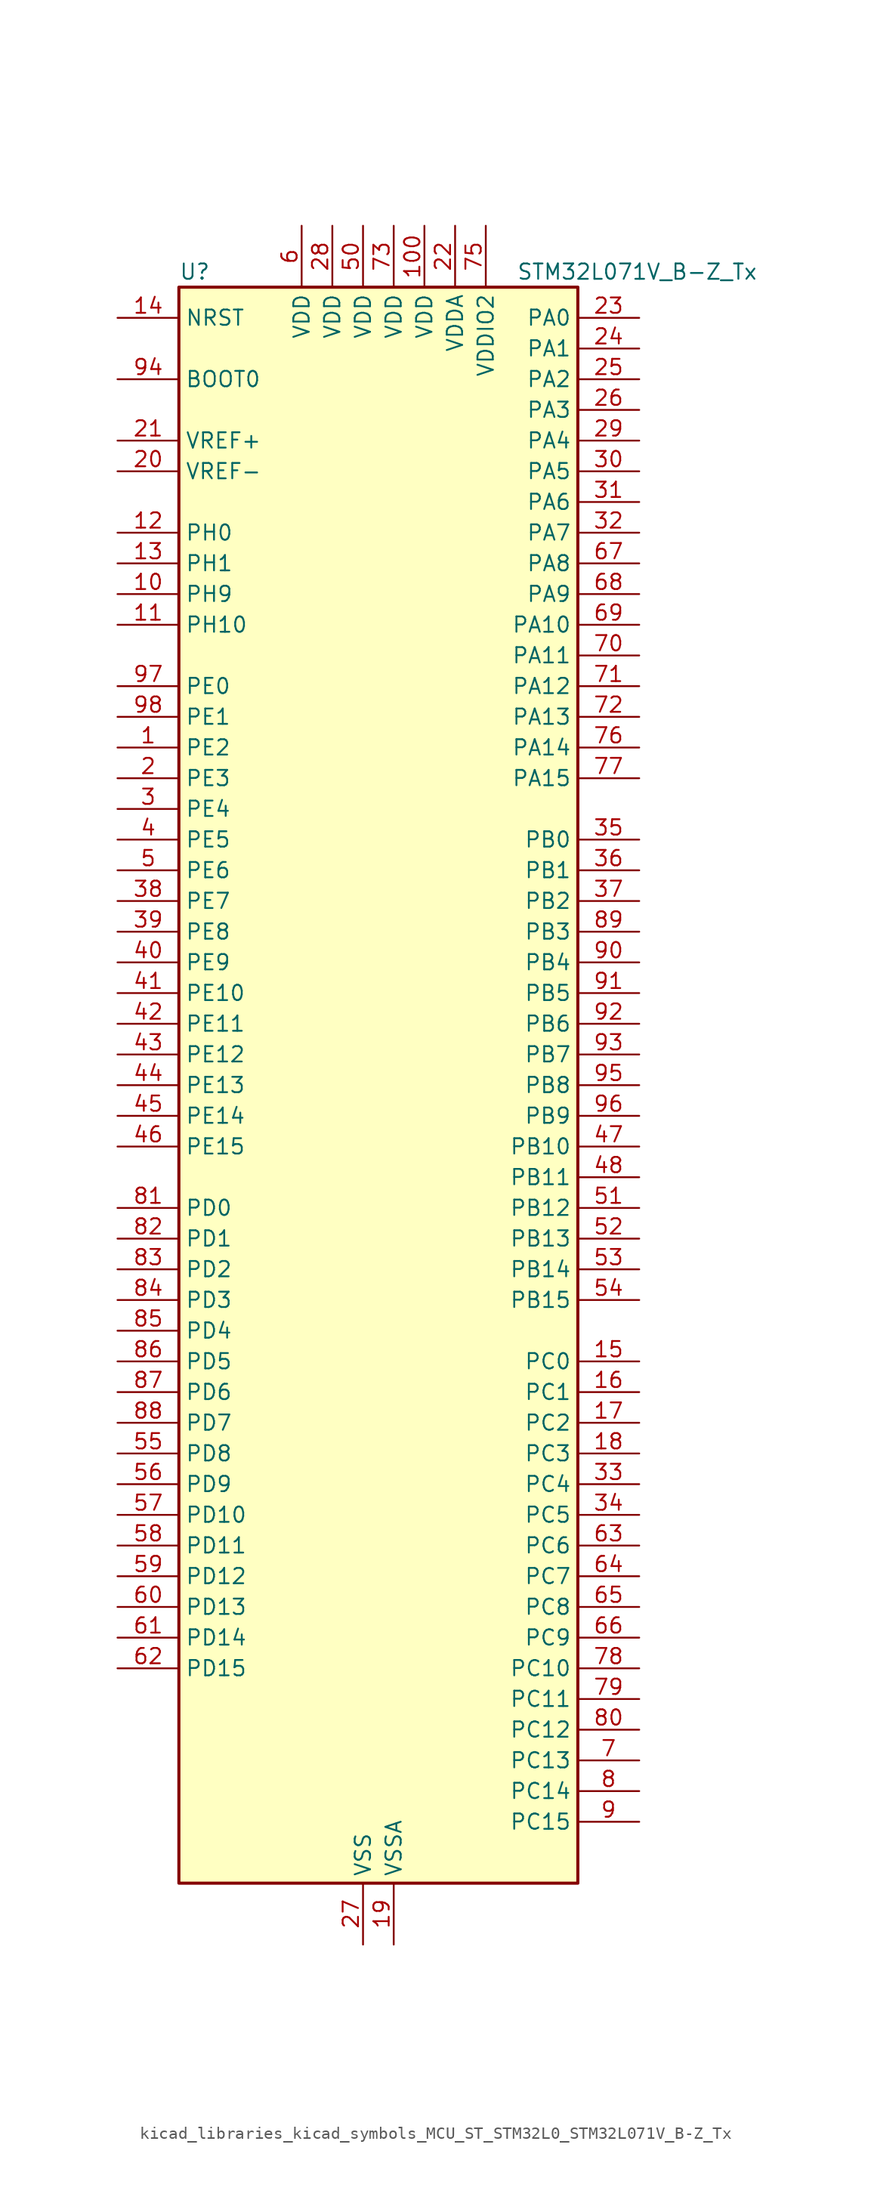
<source format=kicad_sym>
(kicad_symbol_lib
  (version 20220914)
  (generator kicad_symbol_editor)
  (symbol "kicad_libraries_kicad_symbols_MCU_ST_STM32L0_STM32L071V_B-Z_Tx"
    (property "Reference" "U"
      (at -15.24 67.31 0)
      (effects (font (size 1.27 1.27)) (justify left)))
    (property "Value" "STM32L071V_B-Z_Tx"
      (at 12.7 67.31 0)
      (effects (font (size 1.27 1.27)) (justify left)))
    (property "ki_locked" ""
      (at 0 0 0)
      (effects (font (size 1.27 1.27))))
    (symbol "kicad_libraries_kicad_symbols_MCU_ST_STM32L0_STM32L071V_B-Z_Tx_0_1"
      (rectangle (start -15.24 -66.04) (end 17.78 66.04) (stroke (width 0.254) (type default)) (fill (type background))))
    (symbol "kicad_libraries_kicad_symbols_MCU_ST_STM32L0_STM32L071V_B-Z_Tx_1_1"
      (pin bidirectional line (at -20.32 27.94 0) (length 5.08) (name "PE2" (effects (font (size 1.27 1.27)))) (number "1" (effects (font (size 1.27 1.27)))) (alternate "TIM3_ETR" bidirectional line))
      (pin bidirectional line (at -20.32 40.64 0) (length 5.08) (name "PH9" (effects (font (size 1.27 1.27)))) (number "10" (effects (font (size 1.27 1.27)))))
      (pin power_in line (at 5.08 71.12 270) (length 5.08) (name "VDD" (effects (font (size 1.27 1.27)))) (number "100" (effects (font (size 1.27 1.27)))))
      (pin bidirectional line (at -20.32 38.1 0) (length 5.08) (name "PH10" (effects (font (size 1.27 1.27)))) (number "11" (effects (font (size 1.27 1.27)))))
      (pin bidirectional line (at -20.32 45.72 0) (length 5.08) (name "PH0" (effects (font (size 1.27 1.27)))) (number "12" (effects (font (size 1.27 1.27)))) (alternate "RCC_OSC_IN" bidirectional line))
      (pin bidirectional line (at -20.32 43.18 0) (length 5.08) (name "PH1" (effects (font (size 1.27 1.27)))) (number "13" (effects (font (size 1.27 1.27)))) (alternate "RCC_OSC_OUT" bidirectional line))
      (pin input line (at -20.32 63.5 0) (length 5.08) (name "NRST" (effects (font (size 1.27 1.27)))) (number "14" (effects (font (size 1.27 1.27)))))
      (pin bidirectional line (at 22.86 -22.86 180) (length 5.08) (name "PC0" (effects (font (size 1.27 1.27)))) (number "15" (effects (font (size 1.27 1.27)))) (alternate "ADC_IN10" bidirectional line) (alternate "I2C3_SCL" bidirectional line) (alternate "LPTIM1_IN1" bidirectional line) (alternate "LPUART1_RX" bidirectional line))
      (pin bidirectional line (at 22.86 -25.4 180) (length 5.08) (name "PC1" (effects (font (size 1.27 1.27)))) (number "16" (effects (font (size 1.27 1.27)))) (alternate "ADC_IN11" bidirectional line) (alternate "I2C3_SDA" bidirectional line) (alternate "LPTIM1_OUT" bidirectional line) (alternate "LPUART1_TX" bidirectional line))
      (pin bidirectional line (at 22.86 -27.94 180) (length 5.08) (name "PC2" (effects (font (size 1.27 1.27)))) (number "17" (effects (font (size 1.27 1.27)))) (alternate "ADC_IN12" bidirectional line) (alternate "I2S2_MCK" bidirectional line) (alternate "LPTIM1_IN2" bidirectional line) (alternate "SPI2_MISO" bidirectional line))
      (pin bidirectional line (at 22.86 -30.48 180) (length 5.08) (name "PC3" (effects (font (size 1.27 1.27)))) (number "18" (effects (font (size 1.27 1.27)))) (alternate "ADC_IN13" bidirectional line) (alternate "I2S2_SD" bidirectional line) (alternate "LPTIM1_ETR" bidirectional line) (alternate "SPI2_MOSI" bidirectional line))
      (pin power_in line (at 2.54 -71.12 90) (length 5.08) (name "VSSA" (effects (font (size 1.27 1.27)))) (number "19" (effects (font (size 1.27 1.27)))))
      (pin bidirectional line (at -20.32 25.4 0) (length 5.08) (name "PE3" (effects (font (size 1.27 1.27)))) (number "2" (effects (font (size 1.27 1.27)))) (alternate "TIM22_CH1" bidirectional line) (alternate "TIM3_CH1" bidirectional line))
      (pin input line (at -20.32 50.8 0) (length 5.08) (name "VREF-" (effects (font (size 1.27 1.27)))) (number "20" (effects (font (size 1.27 1.27)))))
      (pin input line (at -20.32 53.34 0) (length 5.08) (name "VREF+" (effects (font (size 1.27 1.27)))) (number "21" (effects (font (size 1.27 1.27)))))
      (pin power_in line (at 7.62 71.12 270) (length 5.08) (name "VDDA" (effects (font (size 1.27 1.27)))) (number "22" (effects (font (size 1.27 1.27)))))
      (pin bidirectional line (at 22.86 63.5 180) (length 5.08) (name "PA0" (effects (font (size 1.27 1.27)))) (number "23" (effects (font (size 1.27 1.27)))) (alternate "ADC_IN0" bidirectional line) (alternate "COMP1_INM" bidirectional line) (alternate "COMP1_OUT" bidirectional line) (alternate "RTC_TAMP2" bidirectional line) (alternate "SYS_WKUP1" bidirectional line) (alternate "TIM2_CH1" bidirectional line) (alternate "TIM2_ETR" bidirectional line) (alternate "USART2_CTS" bidirectional line) (alternate "USART4_TX" bidirectional line))
      (pin bidirectional line (at 22.86 60.96 180) (length 5.08) (name "PA1" (effects (font (size 1.27 1.27)))) (number "24" (effects (font (size 1.27 1.27)))) (alternate "ADC_IN1" bidirectional line) (alternate "COMP1_INP" bidirectional line) (alternate "TIM21_ETR" bidirectional line) (alternate "TIM2_CH2" bidirectional line) (alternate "USART2_DE" bidirectional line) (alternate "USART2_RTS" bidirectional line) (alternate "USART4_RX" bidirectional line))
      (pin bidirectional line (at 22.86 58.42 180) (length 5.08) (name "PA2" (effects (font (size 1.27 1.27)))) (number "25" (effects (font (size 1.27 1.27)))) (alternate "ADC_IN2" bidirectional line) (alternate "COMP2_INM" bidirectional line) (alternate "COMP2_OUT" bidirectional line) (alternate "LPUART1_TX" bidirectional line) (alternate "TIM21_CH1" bidirectional line) (alternate "TIM2_CH3" bidirectional line) (alternate "USART2_TX" bidirectional line))
      (pin bidirectional line (at 22.86 55.88 180) (length 5.08) (name "PA3" (effects (font (size 1.27 1.27)))) (number "26" (effects (font (size 1.27 1.27)))) (alternate "ADC_IN3" bidirectional line) (alternate "COMP2_INP" bidirectional line) (alternate "LPUART1_RX" bidirectional line) (alternate "TIM21_CH2" bidirectional line) (alternate "TIM2_CH4" bidirectional line) (alternate "USART2_RX" bidirectional line))
      (pin power_in line (at 0 -71.12 90) (length 5.08) (name "VSS" (effects (font (size 1.27 1.27)))) (number "27" (effects (font (size 1.27 1.27)))))
      (pin power_in line (at -2.54 71.12 270) (length 5.08) (name "VDD" (effects (font (size 1.27 1.27)))) (number "28" (effects (font (size 1.27 1.27)))))
      (pin bidirectional line (at 22.86 53.34 180) (length 5.08) (name "PA4" (effects (font (size 1.27 1.27)))) (number "29" (effects (font (size 1.27 1.27)))) (alternate "ADC_IN4" bidirectional line) (alternate "COMP1_INM" bidirectional line) (alternate "COMP2_INM" bidirectional line) (alternate "SPI1_NSS" bidirectional line) (alternate "TIM22_ETR" bidirectional line) (alternate "USART2_CK" bidirectional line))
      (pin bidirectional line (at -20.32 22.86 0) (length 5.08) (name "PE4" (effects (font (size 1.27 1.27)))) (number "3" (effects (font (size 1.27 1.27)))) (alternate "TIM22_CH2" bidirectional line) (alternate "TIM3_CH2" bidirectional line))
      (pin bidirectional line (at 22.86 50.8 180) (length 5.08) (name "PA5" (effects (font (size 1.27 1.27)))) (number "30" (effects (font (size 1.27 1.27)))) (alternate "ADC_IN5" bidirectional line) (alternate "COMP1_INM" bidirectional line) (alternate "COMP2_INM" bidirectional line) (alternate "SPI1_SCK" bidirectional line) (alternate "TIM2_CH1" bidirectional line) (alternate "TIM2_ETR" bidirectional line))
      (pin bidirectional line (at 22.86 48.26 180) (length 5.08) (name "PA6" (effects (font (size 1.27 1.27)))) (number "31" (effects (font (size 1.27 1.27)))) (alternate "ADC_IN6" bidirectional line) (alternate "COMP1_OUT" bidirectional line) (alternate "LPUART1_CTS" bidirectional line) (alternate "SPI1_MISO" bidirectional line) (alternate "TIM22_CH1" bidirectional line) (alternate "TIM3_CH1" bidirectional line))
      (pin bidirectional line (at 22.86 45.72 180) (length 5.08) (name "PA7" (effects (font (size 1.27 1.27)))) (number "32" (effects (font (size 1.27 1.27)))) (alternate "ADC_IN7" bidirectional line) (alternate "COMP2_OUT" bidirectional line) (alternate "SPI1_MOSI" bidirectional line) (alternate "TIM22_CH2" bidirectional line) (alternate "TIM3_CH2" bidirectional line))
      (pin bidirectional line (at 22.86 -33.02 180) (length 5.08) (name "PC4" (effects (font (size 1.27 1.27)))) (number "33" (effects (font (size 1.27 1.27)))) (alternate "ADC_IN14" bidirectional line) (alternate "LPUART1_TX" bidirectional line))
      (pin bidirectional line (at 22.86 -35.56 180) (length 5.08) (name "PC5" (effects (font (size 1.27 1.27)))) (number "34" (effects (font (size 1.27 1.27)))) (alternate "ADC_IN15" bidirectional line) (alternate "LPUART1_RX" bidirectional line))
      (pin bidirectional line (at 22.86 20.32 180) (length 5.08) (name "PB0" (effects (font (size 1.27 1.27)))) (number "35" (effects (font (size 1.27 1.27)))) (alternate "ADC_IN8" bidirectional line) (alternate "SYS_VREF_OUT_PB0" bidirectional line) (alternate "TIM3_CH3" bidirectional line))
      (pin bidirectional line (at 22.86 17.78 180) (length 5.08) (name "PB1" (effects (font (size 1.27 1.27)))) (number "36" (effects (font (size 1.27 1.27)))) (alternate "ADC_IN9" bidirectional line) (alternate "LPUART1_DE" bidirectional line) (alternate "LPUART1_RTS" bidirectional line) (alternate "SYS_VREF_OUT_PB1" bidirectional line) (alternate "TIM3_CH4" bidirectional line))
      (pin bidirectional line (at 22.86 15.24 180) (length 5.08) (name "PB2" (effects (font (size 1.27 1.27)))) (number "37" (effects (font (size 1.27 1.27)))) (alternate "I2C3_SMBA" bidirectional line) (alternate "LPTIM1_OUT" bidirectional line))
      (pin bidirectional line (at -20.32 15.24 0) (length 5.08) (name "PE7" (effects (font (size 1.27 1.27)))) (number "38" (effects (font (size 1.27 1.27)))) (alternate "USART5_CK" bidirectional line) (alternate "USART5_DE" bidirectional line) (alternate "USART5_RTS" bidirectional line))
      (pin bidirectional line (at -20.32 12.7 0) (length 5.08) (name "PE8" (effects (font (size 1.27 1.27)))) (number "39" (effects (font (size 1.27 1.27)))) (alternate "USART4_TX" bidirectional line))
      (pin bidirectional line (at -20.32 20.32 0) (length 5.08) (name "PE5" (effects (font (size 1.27 1.27)))) (number "4" (effects (font (size 1.27 1.27)))) (alternate "TIM21_CH1" bidirectional line) (alternate "TIM3_CH3" bidirectional line))
      (pin bidirectional line (at -20.32 10.16 0) (length 5.08) (name "PE9" (effects (font (size 1.27 1.27)))) (number "40" (effects (font (size 1.27 1.27)))) (alternate "TIM2_CH1" bidirectional line) (alternate "TIM2_ETR" bidirectional line) (alternate "USART4_RX" bidirectional line))
      (pin bidirectional line (at -20.32 7.62 0) (length 5.08) (name "PE10" (effects (font (size 1.27 1.27)))) (number "41" (effects (font (size 1.27 1.27)))) (alternate "TIM2_CH2" bidirectional line) (alternate "USART5_TX" bidirectional line))
      (pin bidirectional line (at -20.32 5.08 0) (length 5.08) (name "PE11" (effects (font (size 1.27 1.27)))) (number "42" (effects (font (size 1.27 1.27)))) (alternate "ADC_EXTI11" bidirectional line) (alternate "TIM2_CH3" bidirectional line) (alternate "USART5_RX" bidirectional line))
      (pin bidirectional line (at -20.32 2.54 0) (length 5.08) (name "PE12" (effects (font (size 1.27 1.27)))) (number "43" (effects (font (size 1.27 1.27)))) (alternate "SPI1_NSS" bidirectional line) (alternate "TIM2_CH4" bidirectional line))
      (pin bidirectional line (at -20.32 0 0) (length 5.08) (name "PE13" (effects (font (size 1.27 1.27)))) (number "44" (effects (font (size 1.27 1.27)))) (alternate "SPI1_SCK" bidirectional line))
      (pin bidirectional line (at -20.32 -2.54 0) (length 5.08) (name "PE14" (effects (font (size 1.27 1.27)))) (number "45" (effects (font (size 1.27 1.27)))) (alternate "SPI1_MISO" bidirectional line))
      (pin bidirectional line (at -20.32 -5.08 0) (length 5.08) (name "PE15" (effects (font (size 1.27 1.27)))) (number "46" (effects (font (size 1.27 1.27)))) (alternate "SPI1_MOSI" bidirectional line))
      (pin bidirectional line (at 22.86 -5.08 180) (length 5.08) (name "PB10" (effects (font (size 1.27 1.27)))) (number "47" (effects (font (size 1.27 1.27)))) (alternate "I2C2_SCL" bidirectional line) (alternate "LPUART1_RX" bidirectional line) (alternate "LPUART1_TX" bidirectional line) (alternate "SPI2_SCK" bidirectional line) (alternate "TIM2_CH3" bidirectional line))
      (pin bidirectional line (at 22.86 -7.62 180) (length 5.08) (name "PB11" (effects (font (size 1.27 1.27)))) (number "48" (effects (font (size 1.27 1.27)))) (alternate "ADC_EXTI11" bidirectional line) (alternate "I2C2_SDA" bidirectional line) (alternate "LPUART1_RX" bidirectional line) (alternate "LPUART1_TX" bidirectional line) (alternate "TIM2_CH4" bidirectional line))
      (pin passive line (at 0 -71.12 90) (length 5.08) hide (name "VSS" (effects (font (size 1.27 1.27)))) (number "49" (effects (font (size 1.27 1.27)))))
      (pin bidirectional line (at -20.32 17.78 0) (length 5.08) (name "PE6" (effects (font (size 1.27 1.27)))) (number "5" (effects (font (size 1.27 1.27)))) (alternate "RTC_TAMP3" bidirectional line) (alternate "SYS_WKUP3" bidirectional line) (alternate "TIM21_CH2" bidirectional line) (alternate "TIM3_CH4" bidirectional line))
      (pin power_in line (at 0 71.12 270) (length 5.08) (name "VDD" (effects (font (size 1.27 1.27)))) (number "50" (effects (font (size 1.27 1.27)))))
      (pin bidirectional line (at 22.86 -10.16 180) (length 5.08) (name "PB12" (effects (font (size 1.27 1.27)))) (number "51" (effects (font (size 1.27 1.27)))) (alternate "I2S2_WS" bidirectional line) (alternate "LPUART1_DE" bidirectional line) (alternate "LPUART1_RTS" bidirectional line) (alternate "SPI2_NSS" bidirectional line))
      (pin bidirectional line (at 22.86 -12.7 180) (length 5.08) (name "PB13" (effects (font (size 1.27 1.27)))) (number "52" (effects (font (size 1.27 1.27)))) (alternate "I2C2_SCL" bidirectional line) (alternate "I2S2_CK" bidirectional line) (alternate "LPUART1_CTS" bidirectional line) (alternate "RCC_MCO" bidirectional line) (alternate "SPI2_SCK" bidirectional line) (alternate "TIM21_CH1" bidirectional line))
      (pin bidirectional line (at 22.86 -15.24 180) (length 5.08) (name "PB14" (effects (font (size 1.27 1.27)))) (number "53" (effects (font (size 1.27 1.27)))) (alternate "I2C2_SDA" bidirectional line) (alternate "I2S2_MCK" bidirectional line) (alternate "LPUART1_DE" bidirectional line) (alternate "LPUART1_RTS" bidirectional line) (alternate "RTC_OUT_ALARM" bidirectional line) (alternate "RTC_OUT_CALIB" bidirectional line) (alternate "SPI2_MISO" bidirectional line) (alternate "TIM21_CH2" bidirectional line))
      (pin bidirectional line (at 22.86 -17.78 180) (length 5.08) (name "PB15" (effects (font (size 1.27 1.27)))) (number "54" (effects (font (size 1.27 1.27)))) (alternate "I2S2_SD" bidirectional line) (alternate "RTC_REFIN" bidirectional line) (alternate "SPI2_MOSI" bidirectional line))
      (pin bidirectional line (at -20.32 -30.48 0) (length 5.08) (name "PD8" (effects (font (size 1.27 1.27)))) (number "55" (effects (font (size 1.27 1.27)))) (alternate "LPUART1_TX" bidirectional line))
      (pin bidirectional line (at -20.32 -33.02 0) (length 5.08) (name "PD9" (effects (font (size 1.27 1.27)))) (number "56" (effects (font (size 1.27 1.27)))) (alternate "LPUART1_RX" bidirectional line))
      (pin bidirectional line (at -20.32 -35.56 0) (length 5.08) (name "PD10" (effects (font (size 1.27 1.27)))) (number "57" (effects (font (size 1.27 1.27)))))
      (pin bidirectional line (at -20.32 -38.1 0) (length 5.08) (name "PD11" (effects (font (size 1.27 1.27)))) (number "58" (effects (font (size 1.27 1.27)))) (alternate "ADC_EXTI11" bidirectional line) (alternate "LPUART1_CTS" bidirectional line))
      (pin bidirectional line (at -20.32 -40.64 0) (length 5.08) (name "PD12" (effects (font (size 1.27 1.27)))) (number "59" (effects (font (size 1.27 1.27)))) (alternate "LPUART1_DE" bidirectional line) (alternate "LPUART1_RTS" bidirectional line))
      (pin power_in line (at -5.08 71.12 270) (length 5.08) (name "VDD" (effects (font (size 1.27 1.27)))) (number "6" (effects (font (size 1.27 1.27)))))
      (pin bidirectional line (at -20.32 -43.18 0) (length 5.08) (name "PD13" (effects (font (size 1.27 1.27)))) (number "60" (effects (font (size 1.27 1.27)))))
      (pin bidirectional line (at -20.32 -45.72 0) (length 5.08) (name "PD14" (effects (font (size 1.27 1.27)))) (number "61" (effects (font (size 1.27 1.27)))))
      (pin bidirectional line (at -20.32 -48.26 0) (length 5.08) (name "PD15" (effects (font (size 1.27 1.27)))) (number "62" (effects (font (size 1.27 1.27)))))
      (pin bidirectional line (at 22.86 -38.1 180) (length 5.08) (name "PC6" (effects (font (size 1.27 1.27)))) (number "63" (effects (font (size 1.27 1.27)))) (alternate "TIM22_CH1" bidirectional line) (alternate "TIM3_CH1" bidirectional line))
      (pin bidirectional line (at 22.86 -40.64 180) (length 5.08) (name "PC7" (effects (font (size 1.27 1.27)))) (number "64" (effects (font (size 1.27 1.27)))) (alternate "TIM22_CH2" bidirectional line) (alternate "TIM3_CH2" bidirectional line))
      (pin bidirectional line (at 22.86 -43.18 180) (length 5.08) (name "PC8" (effects (font (size 1.27 1.27)))) (number "65" (effects (font (size 1.27 1.27)))) (alternate "TIM22_ETR" bidirectional line) (alternate "TIM3_CH3" bidirectional line))
      (pin bidirectional line (at 22.86 -45.72 180) (length 5.08) (name "PC9" (effects (font (size 1.27 1.27)))) (number "66" (effects (font (size 1.27 1.27)))) (alternate "I2C3_SDA" bidirectional line) (alternate "TIM21_ETR" bidirectional line) (alternate "TIM3_CH4" bidirectional line))
      (pin bidirectional line (at 22.86 43.18 180) (length 5.08) (name "PA8" (effects (font (size 1.27 1.27)))) (number "67" (effects (font (size 1.27 1.27)))) (alternate "I2C3_SCL" bidirectional line) (alternate "RCC_MCO" bidirectional line) (alternate "USART1_CK" bidirectional line))
      (pin bidirectional line (at 22.86 40.64 180) (length 5.08) (name "PA9" (effects (font (size 1.27 1.27)))) (number "68" (effects (font (size 1.27 1.27)))) (alternate "I2C1_SCL" bidirectional line) (alternate "I2C3_SMBA" bidirectional line) (alternate "RCC_MCO" bidirectional line) (alternate "USART1_TX" bidirectional line))
      (pin bidirectional line (at 22.86 38.1 180) (length 5.08) (name "PA10" (effects (font (size 1.27 1.27)))) (number "69" (effects (font (size 1.27 1.27)))) (alternate "I2C1_SDA" bidirectional line) (alternate "USART1_RX" bidirectional line))
      (pin bidirectional line (at 22.86 -55.88 180) (length 5.08) (name "PC13" (effects (font (size 1.27 1.27)))) (number "7" (effects (font (size 1.27 1.27)))) (alternate "RTC_OUT_ALARM" bidirectional line) (alternate "RTC_OUT_CALIB" bidirectional line) (alternate "RTC_TAMP1" bidirectional line) (alternate "RTC_TS" bidirectional line) (alternate "SYS_WKUP2" bidirectional line))
      (pin bidirectional line (at 22.86 35.56 180) (length 5.08) (name "PA11" (effects (font (size 1.27 1.27)))) (number "70" (effects (font (size 1.27 1.27)))) (alternate "ADC_EXTI11" bidirectional line) (alternate "COMP1_OUT" bidirectional line) (alternate "SPI1_MISO" bidirectional line) (alternate "USART1_CTS" bidirectional line))
      (pin bidirectional line (at 22.86 33.02 180) (length 5.08) (name "PA12" (effects (font (size 1.27 1.27)))) (number "71" (effects (font (size 1.27 1.27)))) (alternate "COMP2_OUT" bidirectional line) (alternate "SPI1_MOSI" bidirectional line) (alternate "USART1_DE" bidirectional line) (alternate "USART1_RTS" bidirectional line))
      (pin bidirectional line (at 22.86 30.48 180) (length 5.08) (name "PA13" (effects (font (size 1.27 1.27)))) (number "72" (effects (font (size 1.27 1.27)))) (alternate "LPUART1_RX" bidirectional line) (alternate "SYS_SWDIO" bidirectional line))
      (pin power_in line (at 2.54 71.12 270) (length 5.08) (name "VDD" (effects (font (size 1.27 1.27)))) (number "73" (effects (font (size 1.27 1.27)))))
      (pin passive line (at 0 -71.12 90) (length 5.08) hide (name "VSS" (effects (font (size 1.27 1.27)))) (number "74" (effects (font (size 1.27 1.27)))))
      (pin power_in line (at 10.16 71.12 270) (length 5.08) (name "VDDIO2" (effects (font (size 1.27 1.27)))) (number "75" (effects (font (size 1.27 1.27)))))
      (pin bidirectional line (at 22.86 27.94 180) (length 5.08) (name "PA14" (effects (font (size 1.27 1.27)))) (number "76" (effects (font (size 1.27 1.27)))) (alternate "LPUART1_TX" bidirectional line) (alternate "SYS_SWCLK" bidirectional line) (alternate "USART2_TX" bidirectional line))
      (pin bidirectional line (at 22.86 25.4 180) (length 5.08) (name "PA15" (effects (font (size 1.27 1.27)))) (number "77" (effects (font (size 1.27 1.27)))) (alternate "SPI1_NSS" bidirectional line) (alternate "TIM2_CH1" bidirectional line) (alternate "TIM2_ETR" bidirectional line) (alternate "USART2_RX" bidirectional line) (alternate "USART4_DE" bidirectional line) (alternate "USART4_RTS" bidirectional line))
      (pin bidirectional line (at 22.86 -48.26 180) (length 5.08) (name "PC10" (effects (font (size 1.27 1.27)))) (number "78" (effects (font (size 1.27 1.27)))) (alternate "LPUART1_TX" bidirectional line) (alternate "USART4_TX" bidirectional line))
      (pin bidirectional line (at 22.86 -50.8 180) (length 5.08) (name "PC11" (effects (font (size 1.27 1.27)))) (number "79" (effects (font (size 1.27 1.27)))) (alternate "ADC_EXTI11" bidirectional line) (alternate "LPUART1_RX" bidirectional line) (alternate "USART4_RX" bidirectional line))
      (pin bidirectional line (at 22.86 -58.42 180) (length 5.08) (name "PC14" (effects (font (size 1.27 1.27)))) (number "8" (effects (font (size 1.27 1.27)))) (alternate "RCC_OSC32_IN" bidirectional line))
      (pin bidirectional line (at 22.86 -53.34 180) (length 5.08) (name "PC12" (effects (font (size 1.27 1.27)))) (number "80" (effects (font (size 1.27 1.27)))) (alternate "USART4_CK" bidirectional line) (alternate "USART5_TX" bidirectional line))
      (pin bidirectional line (at -20.32 -10.16 0) (length 5.08) (name "PD0" (effects (font (size 1.27 1.27)))) (number "81" (effects (font (size 1.27 1.27)))) (alternate "I2S2_WS" bidirectional line) (alternate "SPI2_NSS" bidirectional line) (alternate "TIM21_CH1" bidirectional line))
      (pin bidirectional line (at -20.32 -12.7 0) (length 5.08) (name "PD1" (effects (font (size 1.27 1.27)))) (number "82" (effects (font (size 1.27 1.27)))) (alternate "I2S2_CK" bidirectional line) (alternate "SPI2_SCK" bidirectional line))
      (pin bidirectional line (at -20.32 -15.24 0) (length 5.08) (name "PD2" (effects (font (size 1.27 1.27)))) (number "83" (effects (font (size 1.27 1.27)))) (alternate "LPUART1_DE" bidirectional line) (alternate "LPUART1_RTS" bidirectional line) (alternate "TIM3_ETR" bidirectional line) (alternate "USART5_RX" bidirectional line))
      (pin bidirectional line (at -20.32 -17.78 0) (length 5.08) (name "PD3" (effects (font (size 1.27 1.27)))) (number "84" (effects (font (size 1.27 1.27)))) (alternate "I2S2_MCK" bidirectional line) (alternate "SPI2_MISO" bidirectional line) (alternate "USART2_CTS" bidirectional line))
      (pin bidirectional line (at -20.32 -20.32 0) (length 5.08) (name "PD4" (effects (font (size 1.27 1.27)))) (number "85" (effects (font (size 1.27 1.27)))) (alternate "I2S2_SD" bidirectional line) (alternate "SPI2_MOSI" bidirectional line) (alternate "USART2_DE" bidirectional line) (alternate "USART2_RTS" bidirectional line))
      (pin bidirectional line (at -20.32 -22.86 0) (length 5.08) (name "PD5" (effects (font (size 1.27 1.27)))) (number "86" (effects (font (size 1.27 1.27)))) (alternate "USART2_TX" bidirectional line))
      (pin bidirectional line (at -20.32 -25.4 0) (length 5.08) (name "PD6" (effects (font (size 1.27 1.27)))) (number "87" (effects (font (size 1.27 1.27)))) (alternate "USART2_RX" bidirectional line))
      (pin bidirectional line (at -20.32 -27.94 0) (length 5.08) (name "PD7" (effects (font (size 1.27 1.27)))) (number "88" (effects (font (size 1.27 1.27)))) (alternate "TIM21_CH2" bidirectional line) (alternate "USART2_CK" bidirectional line))
      (pin bidirectional line (at 22.86 12.7 180) (length 5.08) (name "PB3" (effects (font (size 1.27 1.27)))) (number "89" (effects (font (size 1.27 1.27)))) (alternate "COMP2_INM" bidirectional line) (alternate "SPI1_SCK" bidirectional line) (alternate "TIM2_CH2" bidirectional line) (alternate "USART1_DE" bidirectional line) (alternate "USART1_RTS" bidirectional line) (alternate "USART5_TX" bidirectional line))
      (pin bidirectional line (at 22.86 -60.96 180) (length 5.08) (name "PC15" (effects (font (size 1.27 1.27)))) (number "9" (effects (font (size 1.27 1.27)))) (alternate "RCC_OSC32_OUT" bidirectional line))
      (pin bidirectional line (at 22.86 10.16 180) (length 5.08) (name "PB4" (effects (font (size 1.27 1.27)))) (number "90" (effects (font (size 1.27 1.27)))) (alternate "COMP2_INP" bidirectional line) (alternate "I2C3_SDA" bidirectional line) (alternate "SPI1_MISO" bidirectional line) (alternate "TIM22_CH1" bidirectional line) (alternate "TIM3_CH1" bidirectional line) (alternate "USART1_CTS" bidirectional line) (alternate "USART5_RX" bidirectional line))
      (pin bidirectional line (at 22.86 7.62 180) (length 5.08) (name "PB5" (effects (font (size 1.27 1.27)))) (number "91" (effects (font (size 1.27 1.27)))) (alternate "COMP2_INP" bidirectional line) (alternate "I2C1_SMBA" bidirectional line) (alternate "LPTIM1_IN1" bidirectional line) (alternate "SPI1_MOSI" bidirectional line) (alternate "TIM22_CH2" bidirectional line) (alternate "TIM3_CH2" bidirectional line) (alternate "USART1_CK" bidirectional line) (alternate "USART5_CK" bidirectional line) (alternate "USART5_DE" bidirectional line) (alternate "USART5_RTS" bidirectional line))
      (pin bidirectional line (at 22.86 5.08 180) (length 5.08) (name "PB6" (effects (font (size 1.27 1.27)))) (number "92" (effects (font (size 1.27 1.27)))) (alternate "COMP2_INP" bidirectional line) (alternate "I2C1_SCL" bidirectional line) (alternate "LPTIM1_ETR" bidirectional line) (alternate "USART1_TX" bidirectional line))
      (pin bidirectional line (at 22.86 2.54 180) (length 5.08) (name "PB7" (effects (font (size 1.27 1.27)))) (number "93" (effects (font (size 1.27 1.27)))) (alternate "COMP2_INP" bidirectional line) (alternate "I2C1_SDA" bidirectional line) (alternate "LPTIM1_IN2" bidirectional line) (alternate "SYS_PVD_IN" bidirectional line) (alternate "USART1_RX" bidirectional line) (alternate "USART4_CTS" bidirectional line))
      (pin input line (at -20.32 58.42 0) (length 5.08) (name "BOOT0" (effects (font (size 1.27 1.27)))) (number "94" (effects (font (size 1.27 1.27)))))
      (pin bidirectional line (at 22.86 0 180) (length 5.08) (name "PB8" (effects (font (size 1.27 1.27)))) (number "95" (effects (font (size 1.27 1.27)))) (alternate "I2C1_SCL" bidirectional line))
      (pin bidirectional line (at 22.86 -2.54 180) (length 5.08) (name "PB9" (effects (font (size 1.27 1.27)))) (number "96" (effects (font (size 1.27 1.27)))) (alternate "I2C1_SDA" bidirectional line) (alternate "I2S2_WS" bidirectional line) (alternate "SPI2_NSS" bidirectional line))
      (pin bidirectional line (at -20.32 33.02 0) (length 5.08) (name "PE0" (effects (font (size 1.27 1.27)))) (number "97" (effects (font (size 1.27 1.27)))))
      (pin bidirectional line (at -20.32 30.48 0) (length 5.08) (name "PE1" (effects (font (size 1.27 1.27)))) (number "98" (effects (font (size 1.27 1.27)))))
      (pin passive line (at 0 -71.12 90) (length 5.08) hide (name "VSS" (effects (font (size 1.27 1.27)))) (number "99" (effects (font (size 1.27 1.27))))))))
</source>
